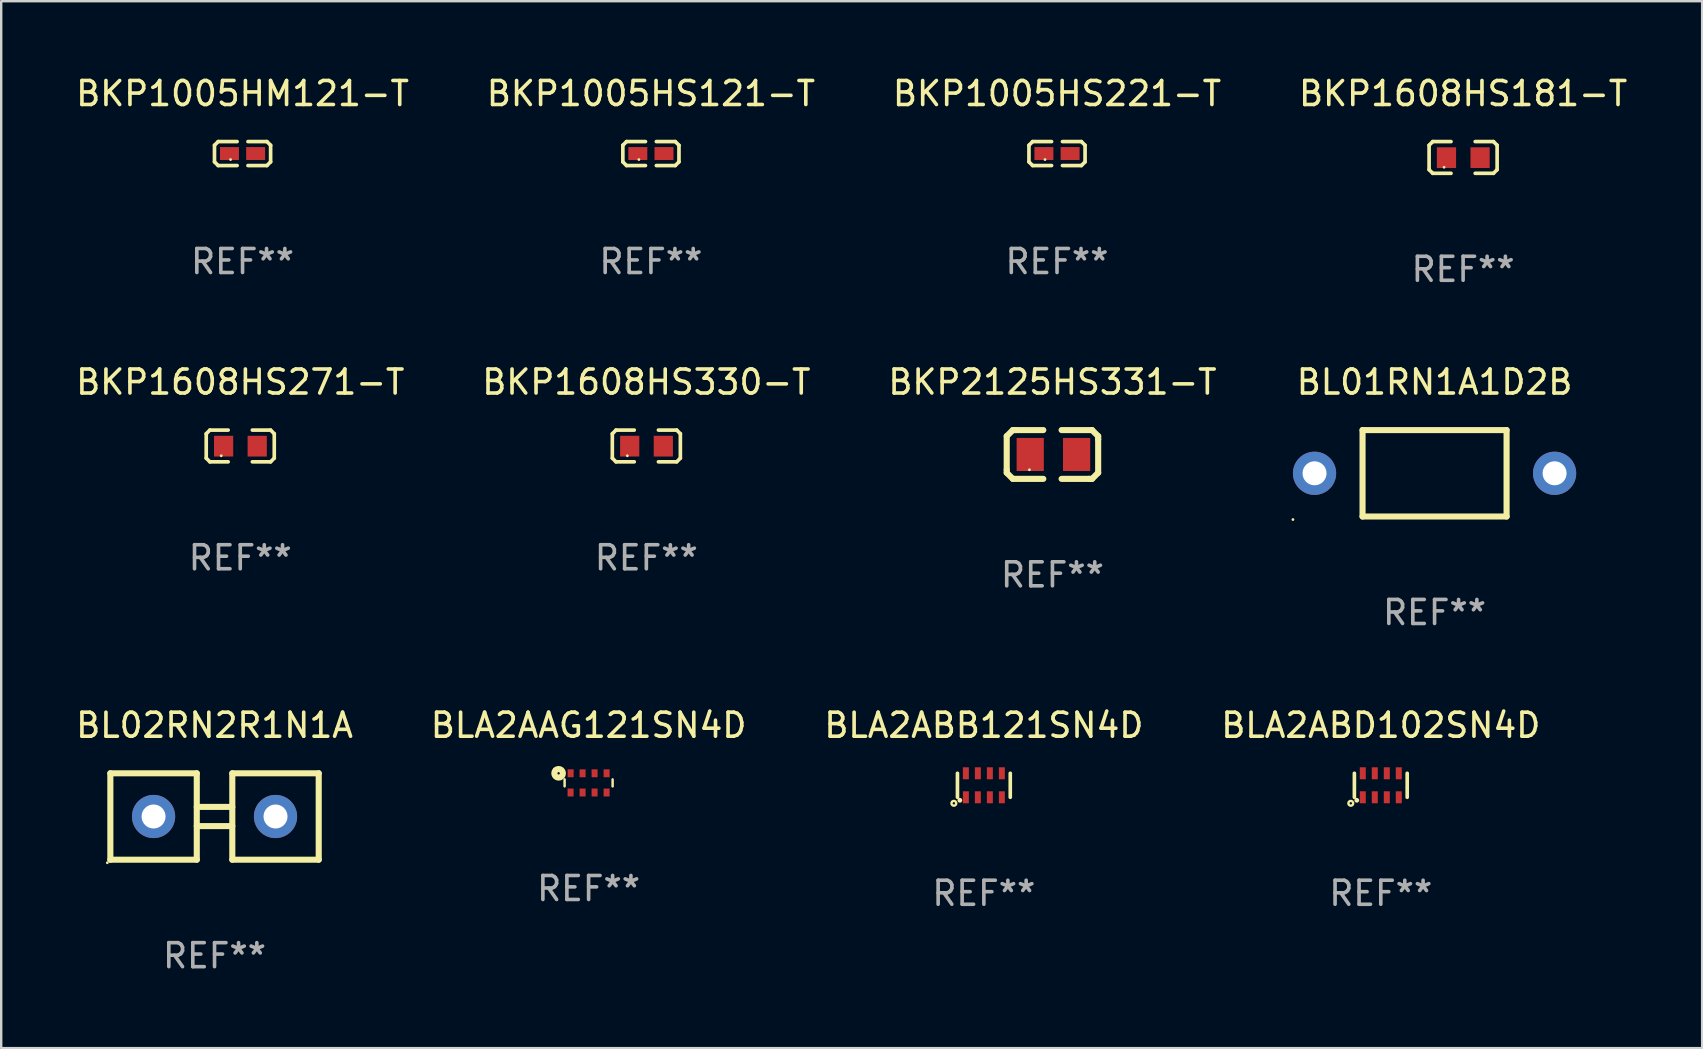
<source format=kicad_pcb>
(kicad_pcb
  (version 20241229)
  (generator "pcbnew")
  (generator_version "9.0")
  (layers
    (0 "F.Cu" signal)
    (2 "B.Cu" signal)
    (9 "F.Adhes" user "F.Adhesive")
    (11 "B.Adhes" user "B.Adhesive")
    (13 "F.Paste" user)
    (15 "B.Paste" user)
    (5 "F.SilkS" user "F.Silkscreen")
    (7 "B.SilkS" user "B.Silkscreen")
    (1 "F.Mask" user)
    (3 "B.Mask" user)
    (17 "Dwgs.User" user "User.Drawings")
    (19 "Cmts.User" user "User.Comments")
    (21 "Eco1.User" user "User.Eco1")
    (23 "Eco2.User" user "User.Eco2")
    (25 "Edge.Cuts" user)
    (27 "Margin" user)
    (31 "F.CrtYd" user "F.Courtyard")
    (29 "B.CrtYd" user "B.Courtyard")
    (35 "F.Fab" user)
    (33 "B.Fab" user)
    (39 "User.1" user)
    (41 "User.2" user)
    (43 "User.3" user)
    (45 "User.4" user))
  (footprint "BL01RN1A1D2B"
    (layer "F.Cu")
    (at 56.71 16.666)
    (property "Reference" "BL01RN1A1D2B" (at 0 -3.8 0) (layer "F.SilkS") (effects (font (size 1 1) (thickness 0.15))))
    (attr through_hole)
    (fp_line (start -3 -1.8) (end 3 -1.8) (stroke (width 0.254) (type solid)) (layer "F.SilkS"))
    (fp_line (start -3 1.8) (end -3 -1.8) (stroke (width 0.254) (type solid)) (layer "F.SilkS"))
    (fp_line (start -3 1.8) (end 3 1.8) (stroke (width 0.254) (type solid)) (layer "F.SilkS"))
    (fp_line (start 3 -1.8) (end 3 1.8) (stroke (width 0.254) (type solid)) (layer "F.SilkS"))
    (fp_circle (center -5.9 1.927) (end -5.87 1.927) (stroke (width 0.06) (type solid)) (fill no) (layer "F.SilkS"))
    (fp_text user "REF**" (at 0 5.8 0) (layer "F.Fab") (effects (font (size 1 1) (thickness 0.15))))
    (pad "1" thru_hole circle (at -5 0) (size 1.8 1.8) (drill 1) (layers "*.Cu" "*.Mask"))
    (pad "2" thru_hole circle (at 5 0) (size 1.8 1.8) (drill 1) (layers "*.Cu" "*.Mask")))
  (footprint "BL02RN2R1N1A"
    (layer "F.Cu")
    (at 5.887 30.963)
    (property "Reference" "BL02RN2R1N1A" (at 0 -3.8 0) (layer "F.SilkS") (effects (font (size 1 1) (thickness 0.15))))
    (attr through_hole)
    (fp_line (start -4.34 -1.8) (end -4.34 1.8) (stroke (width 0.254) (type solid)) (layer "F.SilkS"))
    (fp_line (start -4.34 -1.8) (end -0.74 -1.8) (stroke (width 0.254) (type solid)) (layer "F.SilkS"))
    (fp_line (start -4.34 1.8) (end -0.74 1.8) (stroke (width 0.254) (type solid)) (layer "F.SilkS"))
    (fp_line (start -0.74 -1.8) (end -0.74 1.8) (stroke (width 0.254) (type solid)) (layer "F.SilkS"))
    (fp_line (start -0.74 -0.4) (end 0.74 -0.4) (stroke (width 0.254) (type solid)) (layer "F.SilkS"))
    (fp_line (start -0.74 0.4) (end 0.74 0.4) (stroke (width 0.254) (type solid)) (layer "F.SilkS"))
    (fp_line (start 0.74 -1.8) (end 0.74 1.8) (stroke (width 0.254) (type solid)) (layer "F.SilkS"))
    (fp_line (start 0.74 -1.8) (end 4.34 -1.8) (stroke (width 0.254) (type solid)) (layer "F.SilkS"))
    (fp_line (start 0.74 1.8) (end 4.34 1.8) (stroke (width 0.254) (type solid)) (layer "F.SilkS"))
    (fp_line (start 4.34 -1.8) (end 4.34 1.8) (stroke (width 0.254) (type solid)) (layer "F.SilkS"))
    (fp_circle (center -4.467 1.927) (end -4.437 1.927) (stroke (width 0.06) (type solid)) (fill no) (layer "F.SilkS"))
    (fp_text user "REF**" (at 0 5.8 0) (layer "F.Fab") (effects (font (size 1 1) (thickness 0.15))))
    (pad "1" thru_hole circle (at -2.54 0) (size 1.8 1.8) (drill 1) (layers "*.Cu" "*.Mask"))
    (pad "2" thru_hole circle (at 2.54 0) (size 1.8 1.8) (drill 1) (layers "*.Cu" "*.Mask")))
  (footprint "BLA2AAG121SN4D"
    (layer "F.Cu")
    (at 21.47 29.563)
    (property "Reference" "BLA2AAG121SN4D" (at 0 -2.401 0) (layer "F.SilkS") (effects (font (size 1 1) (thickness 0.15))))
    (attr through_hole)
    (fp_line (start -1 -0.148) (end -1 0.144) (stroke (width 0.102) (type solid)) (layer "F.SilkS"))
    (fp_line (start 1 -0.146) (end 1 0.146) (stroke (width 0.102) (type solid)) (layer "F.SilkS"))
    (fp_circle (center -1.427 -0.576) (end -1.397 -0.576) (stroke (width 0.06) (type solid)) (fill no) (layer "F.SilkS"))
    (fp_circle (center -1.25 -0.399) (end -1.2 -0.399) (stroke (width 0.254) (type solid)) (fill no) (layer "F.SilkS"))
    (fp_text user "REF**" (at 0 4.401 0) (layer "F.Fab") (effects (font (size 1 1) (thickness 0.15))))
    (pad "1" smd rect (at -0.749 -0.401 180) (size 0.25 0.33) (layers "F.Cu" "F.Mask" "F.Paste"))
    (pad "2" smd rect (at -0.251 -0.4 180) (size 0.25 0.33) (layers "F.Cu" "F.Mask" "F.Paste"))
    (pad "3" smd rect (at 0.249 -0.4 180) (size 0.25 0.33) (layers "F.Cu" "F.Mask" "F.Paste"))
    (pad "4" smd rect (at 0.75 -0.4 180) (size 0.25 0.33) (layers "F.Cu" "F.Mask" "F.Paste"))
    (pad "5" smd rect (at -0.751 0.401 180) (size 0.25 0.33) (layers "F.Cu" "F.Mask" "F.Paste"))
    (pad "6" smd rect (at -0.251 0.401 180) (size 0.25 0.33) (layers "F.Cu" "F.Mask" "F.Paste"))
    (pad "7" smd rect (at 0.249 0.401 180) (size 0.25 0.33) (layers "F.Cu" "F.Mask" "F.Paste"))
    (pad "8" smd rect (at 0.75 0.401 180) (size 0.25 0.33) (layers "F.Cu" "F.Mask" "F.Paste")))
  (footprint "BLA2ABD102SN4D"
    (layer "F.Cu")
    (at 54.47 29.663)
    (property "Reference" "BLA2ABD102SN4D" (at 0 -2.5 0) (layer "F.SilkS") (effects (font (size 1 1) (thickness 0.15))))
    (attr through_hole)
    (fp_line (start -1.1 -0.5) (end -1.1 0.5) (stroke (width 0.152) (type solid)) (layer "F.SilkS"))
    (fp_line (start 1.1 -0.5) (end 1.1 0.5) (stroke (width 0.152) (type solid)) (layer "F.SilkS"))
    (fp_circle (center -1.25 0.75) (end -1.15 0.75) (stroke (width 0.1) (type solid)) (fill no) (layer "F.SilkS"))
    (fp_circle (center -1 0.625) (end -0.95 0.625) (stroke (width 0.1) (type solid)) (fill no) (layer "F.SilkS"))
    (fp_text user "REF**" (at 0 4.5 0) (layer "F.Fab") (effects (font (size 1 1) (thickness 0.15))))
    (pad "1" smd rect (at -0.75 0.5 180) (size 0.25 0.5) (layers "F.Cu" "F.Mask" "F.Paste"))
    (pad "2" smd rect (at -0.25 0.5 180) (size 0.25 0.5) (layers "F.Cu" "F.Mask" "F.Paste"))
    (pad "3" smd rect (at 0.25 0.5 180) (size 0.25 0.5) (layers "F.Cu" "F.Mask" "F.Paste"))
    (pad "4" smd rect (at 0.75 0.5 180) (size 0.25 0.5) (layers "F.Cu" "F.Mask" "F.Paste"))
    (pad "5" smd rect (at 0.75 -0.5) (size 0.25 0.5) (layers "F.Cu" "F.Mask" "F.Paste"))
    (pad "6" smd rect (at 0.25 -0.5) (size 0.25 0.5) (layers "F.Cu" "F.Mask" "F.Paste"))
    (pad "7" smd rect (at -0.25 -0.5) (size 0.25 0.5) (layers "F.Cu" "F.Mask" "F.Paste"))
    (pad "8" smd rect (at -0.75 -0.5) (size 0.25 0.5) (layers "F.Cu" "F.Mask" "F.Paste")))
  (footprint "BLA2ABB121SN4D"
    (layer "F.Cu")
    (at 37.935 29.663)
    (property "Reference" "BLA2ABB121SN4D" (at 0 -2.5 0) (layer "F.SilkS") (effects (font (size 1 1) (thickness 0.15))))
    (attr through_hole)
    (fp_line (start -1.1 -0.5) (end -1.1 0.5) (stroke (width 0.152) (type solid)) (layer "F.SilkS"))
    (fp_line (start 1.1 -0.5) (end 1.1 0.5) (stroke (width 0.152) (type solid)) (layer "F.SilkS"))
    (fp_circle (center -1.25 0.75) (end -1.15 0.75) (stroke (width 0.1) (type solid)) (fill no) (layer "F.SilkS"))
    (fp_circle (center -1 0.625) (end -0.95 0.625) (stroke (width 0.1) (type solid)) (fill no) (layer "F.SilkS"))
    (fp_text user "REF**" (at 0 4.5 0) (layer "F.Fab") (effects (font (size 1 1) (thickness 0.15))))
    (pad "1" smd rect (at -0.75 0.5 180) (size 0.25 0.5) (layers "F.Cu" "F.Mask" "F.Paste"))
    (pad "2" smd rect (at -0.25 0.5 180) (size 0.25 0.5) (layers "F.Cu" "F.Mask" "F.Paste"))
    (pad "3" smd rect (at 0.25 0.5 180) (size 0.25 0.5) (layers "F.Cu" "F.Mask" "F.Paste"))
    (pad "4" smd rect (at 0.75 0.5 180) (size 0.25 0.5) (layers "F.Cu" "F.Mask" "F.Paste"))
    (pad "5" smd rect (at 0.75 -0.5) (size 0.25 0.5) (layers "F.Cu" "F.Mask" "F.Paste"))
    (pad "6" smd rect (at 0.25 -0.5) (size 0.25 0.5) (layers "F.Cu" "F.Mask" "F.Paste"))
    (pad "7" smd rect (at -0.25 -0.5) (size 0.25 0.5) (layers "F.Cu" "F.Mask" "F.Paste"))
    (pad "8" smd rect (at -0.75 -0.5) (size 0.25 0.5) (layers "F.Cu" "F.Mask" "F.Paste")))
  (footprint "BKP1608HS181-T"
    (layer "F.Cu")
    (at 57.899 3.509)
    (property "Reference" "BKP1608HS181-T" (at 0 -2.661 0) (layer "F.SilkS") (effects (font (size 1 1) (thickness 0.15))))
    (attr through_hole)
    (fp_line (start -1.417 -0.508) (end -1.265 -0.661) (stroke (width 0.152) (type solid)) (layer "F.SilkS"))
    (fp_line (start -1.417 0.508) (end -1.417 -0.508) (stroke (width 0.152) (type solid)) (layer "F.SilkS"))
    (fp_line (start -1.265 -0.661) (end -0.503 -0.661) (stroke (width 0.152) (type solid)) (layer "F.SilkS"))
    (fp_line (start -1.265 0.661) (end -1.417 0.508) (stroke (width 0.152) (type solid)) (layer "F.SilkS"))
    (fp_line (start -1.265 0.661) (end -0.503 0.661) (stroke (width 0.152) (type solid)) (layer "F.SilkS"))
    (fp_line (start 1.265 -0.661) (end 0.503 -0.661) (stroke (width 0.152) (type solid)) (layer "F.SilkS"))
    (fp_line (start 1.265 -0.661) (end 1.417 -0.508) (stroke (width 0.152) (type solid)) (layer "F.SilkS"))
    (fp_line (start 1.265 0.661) (end 0.503 0.661) (stroke (width 0.152) (type solid)) (layer "F.SilkS"))
    (fp_line (start 1.417 -0.508) (end 1.417 0.508) (stroke (width 0.152) (type solid)) (layer "F.SilkS"))
    (fp_line (start 1.417 0.508) (end 1.265 0.661) (stroke (width 0.152) (type solid)) (layer "F.SilkS"))
    (fp_circle (center -0.793 0.409) (end -0.763 0.409) (stroke (width 0.06) (type solid)) (fill no) (layer "F.SilkS"))
    (fp_text user "REF**" (at 0 4.661 0) (layer "F.Fab") (effects (font (size 1 1) (thickness 0.15))))
    (pad "1" smd rect (at -0.693 0.009 180) (size 0.8 0.864) (layers "F.Cu" "F.Mask" "F.Paste"))
    (pad "2" smd rect (at 0.707 0.009 180) (size 0.8 0.864) (layers "F.Cu" "F.Mask" "F.Paste")))
  (footprint "BKP1005HM121-T"
    (layer "F.Cu")
    (at 7.054 3.347)
    (property "Reference" "BKP1005HM121-T" (at 0 -2.499 0) (layer "F.SilkS") (effects (font (size 1 1) (thickness 0.15))))
    (attr through_hole)
    (fp_line (start -1.169 -0.346) (end -1.016 -0.499) (stroke (width 0.152) (type solid)) (layer "F.SilkS"))
    (fp_line (start -1.169 0.346) (end -1.169 -0.346) (stroke (width 0.152) (type solid)) (layer "F.SilkS"))
    (fp_line (start -1.016 -0.499) (end -0.226 -0.499) (stroke (width 0.152) (type solid)) (layer "F.SilkS"))
    (fp_line (start -1.016 0.499) (end -1.169 0.346) (stroke (width 0.152) (type solid)) (layer "F.SilkS"))
    (fp_line (start -0.226 0.499) (end -1.016 0.499) (stroke (width 0.152) (type solid)) (layer "F.SilkS"))
    (fp_line (start 0.226 0.499) (end 1.016 0.499) (stroke (width 0.152) (type solid)) (layer "F.SilkS"))
    (fp_line (start 1.016 -0.499) (end 0.226 -0.499) (stroke (width 0.152) (type solid)) (layer "F.SilkS"))
    (fp_line (start 1.016 0.499) (end 1.169 0.346) (stroke (width 0.152) (type solid)) (layer "F.SilkS"))
    (fp_line (start 1.169 -0.346) (end 1.016 -0.499) (stroke (width 0.152) (type solid)) (layer "F.SilkS"))
    (fp_line (start 1.169 0.346) (end 1.169 -0.346) (stroke (width 0.152) (type solid)) (layer "F.SilkS"))
    (fp_circle (center -0.5 0.25) (end -0.47 0.25) (stroke (width 0.06) (type solid)) (fill no) (layer "F.SilkS"))
    (fp_text user "REF**" (at 0 4.499 0) (layer "F.Fab") (effects (font (size 1 1) (thickness 0.15))))
    (pad "1" smd rect (at -0.545 0) (size 0.79 0.54) (layers "F.Cu" "F.Mask" "F.Paste"))
    (pad "2" smd rect (at 0.545 0) (size 0.79 0.54) (layers "F.Cu" "F.Mask" "F.Paste")))
  (footprint "BKP1608HS330-T"
    (layer "F.Cu")
    (at 23.875 15.527)
    (property "Reference" "BKP1608HS330-T" (at 0 -2.661 0) (layer "F.SilkS") (effects (font (size 1 1) (thickness 0.15))))
    (attr through_hole)
    (fp_line (start -1.417 -0.508) (end -1.265 -0.661) (stroke (width 0.152) (type solid)) (layer "F.SilkS"))
    (fp_line (start -1.417 0.508) (end -1.417 -0.508) (stroke (width 0.152) (type solid)) (layer "F.SilkS"))
    (fp_line (start -1.265 -0.661) (end -0.503 -0.661) (stroke (width 0.152) (type solid)) (layer "F.SilkS"))
    (fp_line (start -1.265 0.661) (end -1.417 0.508) (stroke (width 0.152) (type solid)) (layer "F.SilkS"))
    (fp_line (start -1.265 0.661) (end -0.503 0.661) (stroke (width 0.152) (type solid)) (layer "F.SilkS"))
    (fp_line (start 1.265 -0.661) (end 0.503 -0.661) (stroke (width 0.152) (type solid)) (layer "F.SilkS"))
    (fp_line (start 1.265 -0.661) (end 1.417 -0.508) (stroke (width 0.152) (type solid)) (layer "F.SilkS"))
    (fp_line (start 1.265 0.661) (end 0.503 0.661) (stroke (width 0.152) (type solid)) (layer "F.SilkS"))
    (fp_line (start 1.417 -0.508) (end 1.417 0.508) (stroke (width 0.152) (type solid)) (layer "F.SilkS"))
    (fp_line (start 1.417 0.508) (end 1.265 0.661) (stroke (width 0.152) (type solid)) (layer "F.SilkS"))
    (fp_circle (center -0.793 0.409) (end -0.763 0.409) (stroke (width 0.06) (type solid)) (fill no) (layer "F.SilkS"))
    (fp_text user "REF**" (at 0 4.661 0) (layer "F.Fab") (effects (font (size 1 1) (thickness 0.15))))
    (pad "1" smd rect (at -0.693 0.009 180) (size 0.8 0.864) (layers "F.Cu" "F.Mask" "F.Paste"))
    (pad "2" smd rect (at 0.707 0.009 180) (size 0.8 0.864) (layers "F.Cu" "F.Mask" "F.Paste")))
  (footprint "BKP2125HS331-T"
    (layer "F.Cu")
    (at 40.792 15.882)
    (property "Reference" "BKP2125HS331-T" (at 0 -3.016 0) (layer "F.SilkS") (effects (font (size 1 1) (thickness 0.15))))
    (attr through_hole)
    (fp_line (start -1.905 -0.762) (end -1.905 0.635) (stroke (width 0.254) (type solid)) (layer "F.SilkS"))
    (fp_line (start -1.905 0.635) (end -1.905 0.762) (stroke (width 0.254) (type solid)) (layer "F.SilkS"))
    (fp_line (start -1.905 0.762) (end -1.651 1.016) (stroke (width 0.254) (type solid)) (layer "F.SilkS"))
    (fp_line (start -1.651 -1.016) (end -1.905 -0.762) (stroke (width 0.254) (type solid)) (layer "F.SilkS"))
    (fp_line (start -1.651 1.016) (end -0.381 1.016) (stroke (width 0.254) (type solid)) (layer "F.SilkS"))
    (fp_line (start -1.524 -1.016) (end -1.651 -1.016) (stroke (width 0.254) (type solid)) (layer "F.SilkS"))
    (fp_line (start -0.381 -1.016) (end -1.524 -1.016) (stroke (width 0.254) (type solid)) (layer "F.SilkS"))
    (fp_line (start 0.381 1.016) (end 1.524 1.016) (stroke (width 0.254) (type solid)) (layer "F.SilkS"))
    (fp_line (start 1.524 1.016) (end 1.651 1.016) (stroke (width 0.254) (type solid)) (layer "F.SilkS"))
    (fp_line (start 1.651 -1.016) (end 0.381 -1.016) (stroke (width 0.254) (type solid)) (layer "F.SilkS"))
    (fp_line (start 1.651 1.016) (end 1.905 0.762) (stroke (width 0.254) (type solid)) (layer "F.SilkS"))
    (fp_line (start 1.905 -0.762) (end 1.651 -1.016) (stroke (width 0.254) (type solid)) (layer "F.SilkS"))
    (fp_line (start 1.905 -0.635) (end 1.905 -0.762) (stroke (width 0.254) (type solid)) (layer "F.SilkS"))
    (fp_line (start 1.905 0.762) (end 1.905 -0.635) (stroke (width 0.254) (type solid)) (layer "F.SilkS"))
    (fp_circle (center -0.96 0.637) (end -0.93 0.637) (stroke (width 0.06) (type solid)) (fill no) (layer "F.SilkS"))
    (fp_text user "REF**" (at 0 5.016 0) (layer "F.Fab") (effects (font (size 1 1) (thickness 0.15))))
    (pad "1" smd rect (at -0.926 -0.000051) (size 1.133 1.377) (layers "F.Cu" "F.Mask" "F.Paste"))
    (pad "2" smd rect (at 1.006 -0.000051) (size 1.133 1.377) (layers "F.Cu" "F.Mask" "F.Paste")))
  (footprint "BKP1005HS221-T"
    (layer "F.Cu")
    (at 40.982 3.347)
    (property "Reference" "BKP1005HS221-T" (at 0 -2.499 0) (layer "F.SilkS") (effects (font (size 1 1) (thickness 0.15))))
    (attr through_hole)
    (fp_line (start -1.169 -0.346) (end -1.016 -0.499) (stroke (width 0.152) (type solid)) (layer "F.SilkS"))
    (fp_line (start -1.169 0.346) (end -1.169 -0.346) (stroke (width 0.152) (type solid)) (layer "F.SilkS"))
    (fp_line (start -1.016 -0.499) (end -0.226 -0.499) (stroke (width 0.152) (type solid)) (layer "F.SilkS"))
    (fp_line (start -1.016 0.499) (end -1.169 0.346) (stroke (width 0.152) (type solid)) (layer "F.SilkS"))
    (fp_line (start -0.226 0.499) (end -1.016 0.499) (stroke (width 0.152) (type solid)) (layer "F.SilkS"))
    (fp_line (start 0.226 0.499) (end 1.016 0.499) (stroke (width 0.152) (type solid)) (layer "F.SilkS"))
    (fp_line (start 1.016 -0.499) (end 0.226 -0.499) (stroke (width 0.152) (type solid)) (layer "F.SilkS"))
    (fp_line (start 1.016 0.499) (end 1.169 0.346) (stroke (width 0.152) (type solid)) (layer "F.SilkS"))
    (fp_line (start 1.169 -0.346) (end 1.016 -0.499) (stroke (width 0.152) (type solid)) (layer "F.SilkS"))
    (fp_line (start 1.169 0.346) (end 1.169 -0.346) (stroke (width 0.152) (type solid)) (layer "F.SilkS"))
    (fp_circle (center -0.5 0.25) (end -0.47 0.25) (stroke (width 0.06) (type solid)) (fill no) (layer "F.SilkS"))
    (fp_text user "REF**" (at 0 4.499 0) (layer "F.Fab") (effects (font (size 1 1) (thickness 0.15))))
    (pad "1" smd rect (at -0.545 0) (size 0.79 0.54) (layers "F.Cu" "F.Mask" "F.Paste"))
    (pad "2" smd rect (at 0.545 0) (size 0.79 0.54) (layers "F.Cu" "F.Mask" "F.Paste")))
  (footprint "BKP1005HS121-T"
    (layer "F.Cu")
    (at 24.065 3.347)
    (property "Reference" "BKP1005HS121-T" (at 0 -2.499 0) (layer "F.SilkS") (effects (font (size 1 1) (thickness 0.15))))
    (attr through_hole)
    (fp_line (start -1.169 -0.346) (end -1.016 -0.499) (stroke (width 0.152) (type solid)) (layer "F.SilkS"))
    (fp_line (start -1.169 0.346) (end -1.169 -0.346) (stroke (width 0.152) (type solid)) (layer "F.SilkS"))
    (fp_line (start -1.016 -0.499) (end -0.226 -0.499) (stroke (width 0.152) (type solid)) (layer "F.SilkS"))
    (fp_line (start -1.016 0.499) (end -1.169 0.346) (stroke (width 0.152) (type solid)) (layer "F.SilkS"))
    (fp_line (start -0.226 0.499) (end -1.016 0.499) (stroke (width 0.152) (type solid)) (layer "F.SilkS"))
    (fp_line (start 0.226 0.499) (end 1.016 0.499) (stroke (width 0.152) (type solid)) (layer "F.SilkS"))
    (fp_line (start 1.016 -0.499) (end 0.226 -0.499) (stroke (width 0.152) (type solid)) (layer "F.SilkS"))
    (fp_line (start 1.016 0.499) (end 1.169 0.346) (stroke (width 0.152) (type solid)) (layer "F.SilkS"))
    (fp_line (start 1.169 -0.346) (end 1.016 -0.499) (stroke (width 0.152) (type solid)) (layer "F.SilkS"))
    (fp_line (start 1.169 0.346) (end 1.169 -0.346) (stroke (width 0.152) (type solid)) (layer "F.SilkS"))
    (fp_circle (center -0.5 0.25) (end -0.47 0.25) (stroke (width 0.06) (type solid)) (fill no) (layer "F.SilkS"))
    (fp_text user "REF**" (at 0 4.499 0) (layer "F.Fab") (effects (font (size 1 1) (thickness 0.15))))
    (pad "1" smd rect (at -0.545 0) (size 0.79 0.54) (layers "F.Cu" "F.Mask" "F.Paste"))
    (pad "2" smd rect (at 0.545 0) (size 0.79 0.54) (layers "F.Cu" "F.Mask" "F.Paste")))
  (footprint "BKP1608HS271-T"
    (layer "F.Cu")
    (at 6.958 15.527)
    (property "Reference" "BKP1608HS271-T" (at 0 -2.661 0) (layer "F.SilkS") (effects (font (size 1 1) (thickness 0.15))))
    (attr through_hole)
    (fp_line (start -1.417 -0.508) (end -1.265 -0.661) (stroke (width 0.152) (type solid)) (layer "F.SilkS"))
    (fp_line (start -1.417 0.508) (end -1.417 -0.508) (stroke (width 0.152) (type solid)) (layer "F.SilkS"))
    (fp_line (start -1.265 -0.661) (end -0.503 -0.661) (stroke (width 0.152) (type solid)) (layer "F.SilkS"))
    (fp_line (start -1.265 0.661) (end -1.417 0.508) (stroke (width 0.152) (type solid)) (layer "F.SilkS"))
    (fp_line (start -1.265 0.661) (end -0.503 0.661) (stroke (width 0.152) (type solid)) (layer "F.SilkS"))
    (fp_line (start 1.265 -0.661) (end 0.503 -0.661) (stroke (width 0.152) (type solid)) (layer "F.SilkS"))
    (fp_line (start 1.265 -0.661) (end 1.417 -0.508) (stroke (width 0.152) (type solid)) (layer "F.SilkS"))
    (fp_line (start 1.265 0.661) (end 0.503 0.661) (stroke (width 0.152) (type solid)) (layer "F.SilkS"))
    (fp_line (start 1.417 -0.508) (end 1.417 0.508) (stroke (width 0.152) (type solid)) (layer "F.SilkS"))
    (fp_line (start 1.417 0.508) (end 1.265 0.661) (stroke (width 0.152) (type solid)) (layer "F.SilkS"))
    (fp_circle (center -0.793 0.409) (end -0.763 0.409) (stroke (width 0.06) (type solid)) (fill no) (layer "F.SilkS"))
    (fp_text user "REF**" (at 0 4.661 0) (layer "F.Fab") (effects (font (size 1 1) (thickness 0.15))))
    (pad "1" smd rect (at -0.693 0.009 180) (size 0.8 0.864) (layers "F.Cu" "F.Mask" "F.Paste"))
    (pad "2" smd rect (at 0.707 0.009 180) (size 0.8 0.864) (layers "F.Cu" "F.Mask" "F.Paste")))
  (gr_rect
    (start -3 -3)
    (end 67.857 40.611)
    (stroke (width 0.1) (type default))
    (fill no)
    (layer "Edge.Cuts")))
</source>
